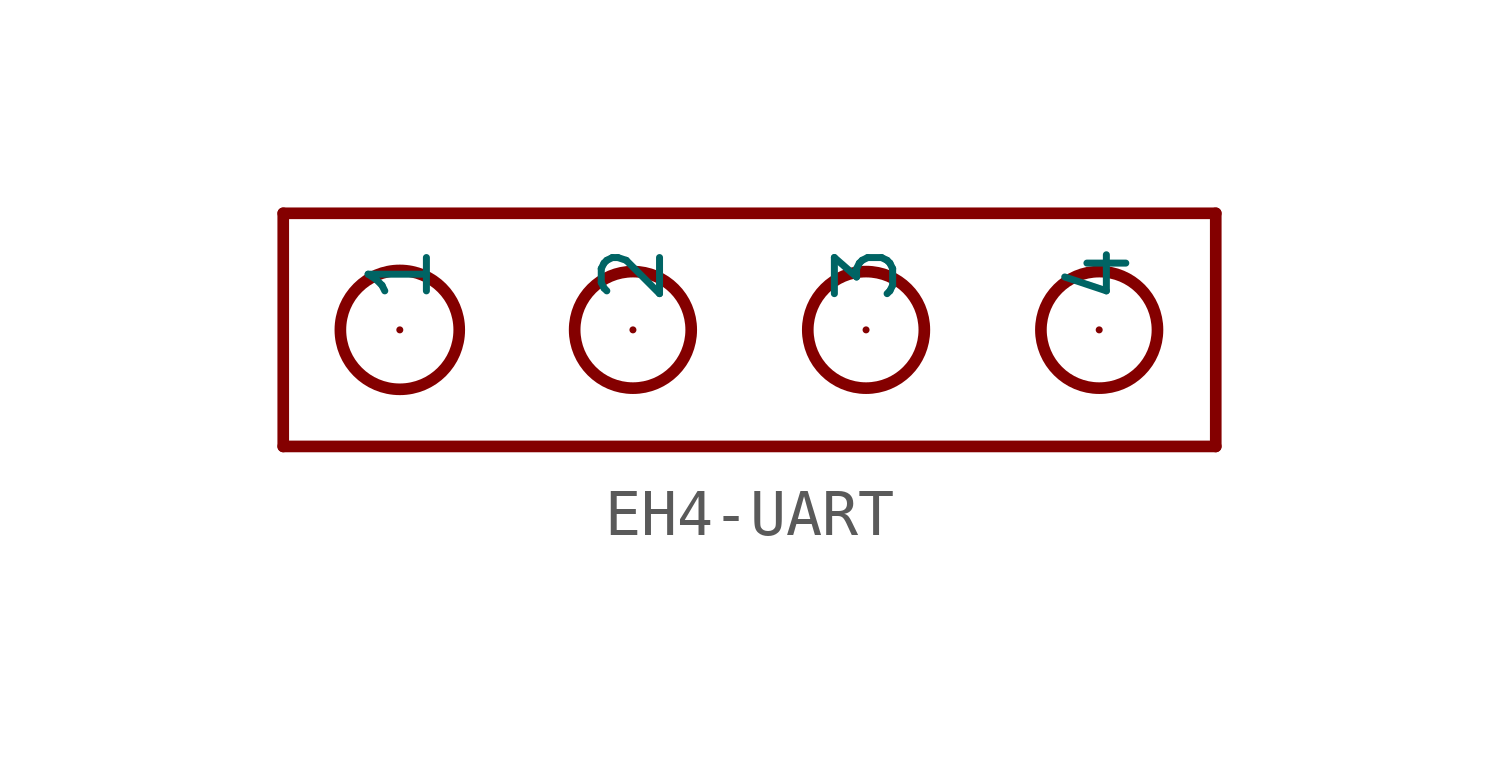
<source format=kicad_sym>
(kicad_symbol_lib
  (version 20220914)
  (generator kicad_symbol_editor)
  (symbol "EH4-UART"
    (property "Reference" ""
      (at 0 0 0)
      (effects (font (size 1.27 1.27)) hide))
    (property "ki_locked" ""
      (at 0 0 0)
      (effects (font (size 1.27 1.27))))
    (symbol "EH4-UART_1_0"
      (circle (center -7.62 0) (radius 1.295) (stroke (width 0.254) (type solid)) (fill (type none)))
      (circle (center -2.54 0) (radius 1.27) (stroke (width 0.254) (type solid)) (fill (type none)))
      (polyline (pts (xy -10.16 -2.54) (xy -10.16 2.54)) (stroke (width 0.254) (type solid)) (fill (type none)))
      (polyline (pts (xy -10.16 2.54) (xy 10.16 2.54)) (stroke (width 0.254) (type solid)) (fill (type none)))
      (polyline (pts (xy 10.16 -2.54) (xy -10.16 -2.54)) (stroke (width 0.254) (type solid)) (fill (type none)))
      (polyline (pts (xy 10.16 2.54) (xy 10.16 -2.54)) (stroke (width 0.254) (type solid)) (fill (type none)))
      (circle (center 2.54 0) (radius 1.27) (stroke (width 0.254) (type solid)) (fill (type none)))
      (circle (center 7.62 0) (radius 1.27) (stroke (width 0.254) (type solid)) (fill (type none)))
      (pin bidirectional line (at -7.62 0 90) (length 0) (name "1" (effects (font (size 1.27 1.27)))) (number "1" (effects (font (size 0 0)))))
      (pin bidirectional line (at -2.54 0 90) (length 0) (name "2" (effects (font (size 1.27 1.27)))) (number "2" (effects (font (size 0 0)))))
      (pin bidirectional line (at 2.54 0 90) (length 0) (name "3" (effects (font (size 1.27 1.27)))) (number "3" (effects (font (size 0 0)))))
      (pin bidirectional line (at 7.62 0 90) (length 0) (name "4" (effects (font (size 1.27 1.27)))) (number "4" (effects (font (size 0 0))))))))
</source>
